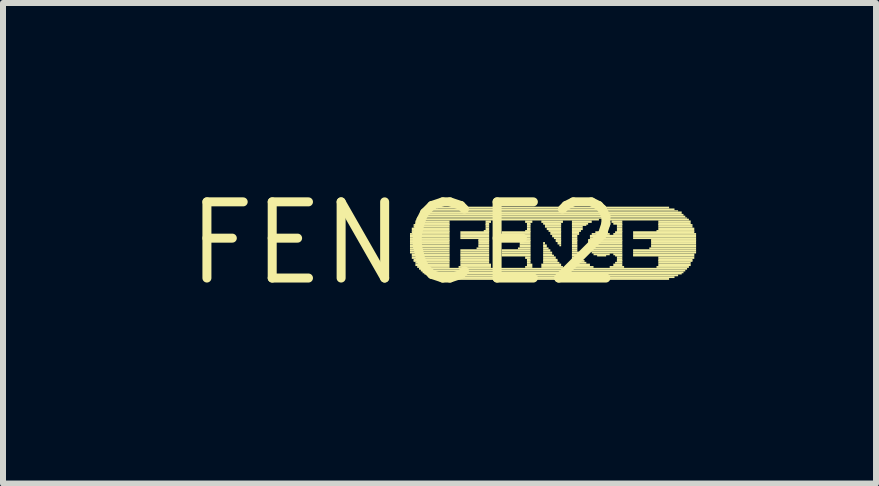
<source format=kicad_pcb>
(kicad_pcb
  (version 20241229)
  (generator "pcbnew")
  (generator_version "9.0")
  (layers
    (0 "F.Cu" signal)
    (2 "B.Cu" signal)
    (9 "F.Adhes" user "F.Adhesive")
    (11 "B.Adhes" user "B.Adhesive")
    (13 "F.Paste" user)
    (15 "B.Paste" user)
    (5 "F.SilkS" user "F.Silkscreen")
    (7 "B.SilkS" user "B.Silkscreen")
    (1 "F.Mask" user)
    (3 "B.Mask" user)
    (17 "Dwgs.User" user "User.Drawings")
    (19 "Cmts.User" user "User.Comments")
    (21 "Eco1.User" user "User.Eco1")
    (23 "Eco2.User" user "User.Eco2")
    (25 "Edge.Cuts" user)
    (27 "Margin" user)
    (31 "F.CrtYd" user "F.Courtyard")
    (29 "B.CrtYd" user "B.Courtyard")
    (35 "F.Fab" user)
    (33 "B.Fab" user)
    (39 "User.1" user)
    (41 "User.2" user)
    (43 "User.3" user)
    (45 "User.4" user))
  (footprint "FENCE2"
    (layer "F.Cu")
    (at 3.696 1.006)
    (property "Reference" "FENCE2" (at 0 0 0) (layer "F.SilkS") (effects (font (size 1.27 1.27) (thickness 0.15))))
    (attr through_hole)
    (fp_poly (pts (xy 0.09 -0.14) (xy 0.75 -0.14) (xy 0.75 -0.17) (xy 0.09 -0.17)) (stroke (width 0) (type solid)) (fill yes) (layer "F.SilkS"))
    (fp_poly (pts (xy 0.09 -0.1) (xy 0.75 -0.1) (xy 0.75 -0.14) (xy 0.09 -0.14)) (stroke (width 0) (type solid)) (fill yes) (layer "F.SilkS"))
    (fp_poly (pts (xy 0.09 -0.07) (xy 0.75 -0.07) (xy 0.75 -0.1) (xy 0.09 -0.1)) (stroke (width 0) (type solid)) (fill yes) (layer "F.SilkS"))
    (fp_poly (pts (xy 0.09 -0.04) (xy 0.75 -0.04) (xy 0.75 -0.07) (xy 0.09 -0.07)) (stroke (width 0) (type solid)) (fill yes) (layer "F.SilkS"))
    (fp_poly (pts (xy 0.09 -0.02) (xy 0.75 -0.02) (xy 0.75 -0.05) (xy 0.09 -0.05)) (stroke (width 0) (type solid)) (fill yes) (layer "F.SilkS"))
    (fp_poly (pts (xy 0.09 0.02) (xy 0.75 0.02) (xy 0.75 -0.02) (xy 0.09 -0.02)) (stroke (width 0) (type solid)) (fill yes) (layer "F.SilkS"))
    (fp_poly (pts (xy 0.09 0.05) (xy 0.75 0.05) (xy 0.75 0.02) (xy 0.09 0.02)) (stroke (width 0) (type solid)) (fill yes) (layer "F.SilkS"))
    (fp_poly (pts (xy 0.09 0.07) (xy 0.75 0.07) (xy 0.75 0.04) (xy 0.09 0.04)) (stroke (width 0) (type solid)) (fill yes) (layer "F.SilkS"))
    (fp_poly (pts (xy 0.09 0.1) (xy 0.75 0.1) (xy 0.75 0.07) (xy 0.09 0.07)) (stroke (width 0) (type solid)) (fill yes) (layer "F.SilkS"))
    (fp_poly (pts (xy 0.09 0.14) (xy 0.75 0.14) (xy 0.75 0.1) (xy 0.09 0.1)) (stroke (width 0) (type solid)) (fill yes) (layer "F.SilkS"))
    (fp_poly (pts (xy 0.09 0.17) (xy 0.75 0.17) (xy 0.75 0.14) (xy 0.09 0.14)) (stroke (width 0) (type solid)) (fill yes) (layer "F.SilkS"))
    (fp_poly (pts (xy 0.12 -0.22) (xy 0.75 -0.22) (xy 0.75 -0.26) (xy 0.12 -0.26)) (stroke (width 0) (type solid)) (fill yes) (layer "F.SilkS"))
    (fp_poly (pts (xy 0.12 -0.19) (xy 0.75 -0.19) (xy 0.75 -0.22) (xy 0.12 -0.22)) (stroke (width 0) (type solid)) (fill yes) (layer "F.SilkS"))
    (fp_poly (pts (xy 0.12 -0.17) (xy 0.75 -0.17) (xy 0.75 -0.2) (xy 0.12 -0.2)) (stroke (width 0) (type solid)) (fill yes) (layer "F.SilkS"))
    (fp_poly (pts (xy 0.12 0.2) (xy 0.75 0.2) (xy 0.75 0.17) (xy 0.12 0.17)) (stroke (width 0) (type solid)) (fill yes) (layer "F.SilkS"))
    (fp_poly (pts (xy 0.12 0.22) (xy 0.75 0.22) (xy 0.75 0.19) (xy 0.12 0.19)) (stroke (width 0) (type solid)) (fill yes) (layer "F.SilkS"))
    (fp_poly (pts (xy 0.12 0.26) (xy 0.75 0.26) (xy 0.75 0.22) (xy 0.12 0.22)) (stroke (width 0) (type solid)) (fill yes) (layer "F.SilkS"))
    (fp_poly (pts (xy 0.15 -0.29) (xy 0.75 -0.29) (xy 0.75 -0.32) (xy 0.15 -0.32)) (stroke (width 0) (type solid)) (fill yes) (layer "F.SilkS"))
    (fp_poly (pts (xy 0.15 -0.26) (xy 0.75 -0.26) (xy 0.75 -0.29) (xy 0.15 -0.29)) (stroke (width 0) (type solid)) (fill yes) (layer "F.SilkS"))
    (fp_poly (pts (xy 0.15 0.29) (xy 0.75 0.29) (xy 0.75 0.26) (xy 0.15 0.26)) (stroke (width 0) (type solid)) (fill yes) (layer "F.SilkS"))
    (fp_poly (pts (xy 0.15 0.31) (xy 0.75 0.31) (xy 0.75 0.28) (xy 0.15 0.28)) (stroke (width 0) (type solid)) (fill yes) (layer "F.SilkS"))
    (fp_poly (pts (xy 0.18 -0.34) (xy 0.75 -0.34) (xy 0.75 -0.38) (xy 0.18 -0.38)) (stroke (width 0) (type solid)) (fill yes) (layer "F.SilkS"))
    (fp_poly (pts (xy 0.18 -0.31) (xy 0.75 -0.31) (xy 0.75 -0.34) (xy 0.18 -0.34)) (stroke (width 0) (type solid)) (fill yes) (layer "F.SilkS"))
    (fp_poly (pts (xy 0.18 0.34) (xy 0.75 0.34) (xy 0.75 0.31) (xy 0.18 0.31)) (stroke (width 0) (type solid)) (fill yes) (layer "F.SilkS"))
    (fp_poly (pts (xy 0.18 0.38) (xy 0.75 0.38) (xy 0.75 0.34) (xy 0.18 0.34)) (stroke (width 0) (type solid)) (fill yes) (layer "F.SilkS"))
    (fp_poly (pts (xy 0.21 -0.38) (xy 3.24 -0.38) (xy 3.24 -0.41) (xy 0.21 -0.41)) (stroke (width 0) (type solid)) (fill yes) (layer "F.SilkS"))
    (fp_poly (pts (xy 0.21 0.41) (xy 0.75 0.41) (xy 0.75 0.38) (xy 0.21 0.38)) (stroke (width 0) (type solid)) (fill yes) (layer "F.SilkS"))
    (fp_poly (pts (xy 0.24 -0.41) (xy 4.71 -0.41) (xy 4.71 -0.43) (xy 0.24 -0.43)) (stroke (width 0) (type solid)) (fill yes) (layer "F.SilkS"))
    (fp_poly (pts (xy 0.24 0.44) (xy 4.71 0.44) (xy 4.71 0.41) (xy 0.24 0.41)) (stroke (width 0) (type solid)) (fill yes) (layer "F.SilkS"))
    (fp_poly (pts (xy 0.27 -0.43) (xy 4.68 -0.43) (xy 4.68 -0.46) (xy 0.27 -0.46)) (stroke (width 0) (type solid)) (fill yes) (layer "F.SilkS"))
    (fp_poly (pts (xy 0.27 0.47) (xy 4.68 0.47) (xy 4.68 0.44) (xy 0.27 0.44)) (stroke (width 0) (type solid)) (fill yes) (layer "F.SilkS"))
    (fp_poly (pts (xy 0.3 -0.46) (xy 4.65 -0.46) (xy 4.65 -0.49) (xy 0.3 -0.49)) (stroke (width 0) (type solid)) (fill yes) (layer "F.SilkS"))
    (fp_poly (pts (xy 0.3 0.5) (xy 4.65 0.5) (xy 4.65 0.47) (xy 0.3 0.47)) (stroke (width 0) (type solid)) (fill yes) (layer "F.SilkS"))
    (fp_poly (pts (xy 0.33 -0.49) (xy 4.62 -0.49) (xy 4.62 -0.53) (xy 0.33 -0.53)) (stroke (width 0) (type solid)) (fill yes) (layer "F.SilkS"))
    (fp_poly (pts (xy 0.33 0.52) (xy 4.62 0.52) (xy 4.62 0.49) (xy 0.33 0.49)) (stroke (width 0) (type solid)) (fill yes) (layer "F.SilkS"))
    (fp_poly (pts (xy 0.39 -0.53) (xy 4.56 -0.53) (xy 4.56 -0.55) (xy 0.39 -0.55)) (stroke (width 0) (type solid)) (fill yes) (layer "F.SilkS"))
    (fp_poly (pts (xy 0.39 0.55) (xy 4.56 0.55) (xy 4.56 0.52) (xy 0.39 0.52)) (stroke (width 0) (type solid)) (fill yes) (layer "F.SilkS"))
    (fp_poly (pts (xy 0.45 -0.55) (xy 4.5 -0.55) (xy 4.5 -0.58) (xy 0.45 -0.58)) (stroke (width 0) (type solid)) (fill yes) (layer "F.SilkS"))
    (fp_poly (pts (xy 0.45 0.58) (xy 4.5 0.58) (xy 4.5 0.55) (xy 0.45 0.55)) (stroke (width 0) (type solid)) (fill yes) (layer "F.SilkS"))
    (fp_poly (pts (xy 0.54 -0.58) (xy 4.41 -0.58) (xy 4.41 -0.61) (xy 0.54 -0.61)) (stroke (width 0) (type solid)) (fill yes) (layer "F.SilkS"))
    (fp_poly (pts (xy 0.54 0.61) (xy 4.41 0.61) (xy 4.41 0.58) (xy 0.54 0.58)) (stroke (width 0) (type solid)) (fill yes) (layer "F.SilkS"))
    (fp_poly (pts (xy 0.9 0.41) (xy 1.44 0.41) (xy 1.44 0.38) (xy 0.9 0.38)) (stroke (width 0) (type solid)) (fill yes) (layer "F.SilkS"))
    (fp_poly (pts (xy 0.93 -0.17) (xy 1.41 -0.17) (xy 1.41 -0.2) (xy 0.93 -0.2)) (stroke (width 0) (type solid)) (fill yes) (layer "F.SilkS"))
    (fp_poly (pts (xy 0.93 -0.14) (xy 1.41 -0.14) (xy 1.41 -0.17) (xy 0.93 -0.17)) (stroke (width 0) (type solid)) (fill yes) (layer "F.SilkS"))
    (fp_poly (pts (xy 0.93 -0.1) (xy 1.41 -0.1) (xy 1.41 -0.14) (xy 0.93 -0.14)) (stroke (width 0) (type solid)) (fill yes) (layer "F.SilkS"))
    (fp_poly (pts (xy 0.93 -0.07) (xy 1.41 -0.07) (xy 1.41 -0.1) (xy 0.93 -0.1)) (stroke (width 0) (type solid)) (fill yes) (layer "F.SilkS"))
    (fp_poly (pts (xy 0.93 0.14) (xy 1.41 0.14) (xy 1.41 0.1) (xy 0.93 0.1)) (stroke (width 0) (type solid)) (fill yes) (layer "F.SilkS"))
    (fp_poly (pts (xy 0.93 0.17) (xy 1.41 0.17) (xy 1.41 0.14) (xy 0.93 0.14)) (stroke (width 0) (type solid)) (fill yes) (layer "F.SilkS"))
    (fp_poly (pts (xy 0.93 0.2) (xy 1.41 0.2) (xy 1.41 0.17) (xy 0.93 0.17)) (stroke (width 0) (type solid)) (fill yes) (layer "F.SilkS"))
    (fp_poly (pts (xy 0.93 0.22) (xy 1.41 0.22) (xy 1.41 0.19) (xy 0.93 0.19)) (stroke (width 0) (type solid)) (fill yes) (layer "F.SilkS"))
    (fp_poly (pts (xy 0.93 0.26) (xy 1.41 0.26) (xy 1.41 0.22) (xy 0.93 0.22)) (stroke (width 0) (type solid)) (fill yes) (layer "F.SilkS"))
    (fp_poly (pts (xy 0.93 0.29) (xy 1.41 0.29) (xy 1.41 0.26) (xy 0.93 0.26)) (stroke (width 0) (type solid)) (fill yes) (layer "F.SilkS"))
    (fp_poly (pts (xy 0.93 0.31) (xy 1.41 0.31) (xy 1.41 0.28) (xy 0.93 0.28)) (stroke (width 0) (type solid)) (fill yes) (layer "F.SilkS"))
    (fp_poly (pts (xy 0.93 0.34) (xy 1.41 0.34) (xy 1.41 0.31) (xy 0.93 0.31)) (stroke (width 0) (type solid)) (fill yes) (layer "F.SilkS"))
    (fp_poly (pts (xy 0.93 0.38) (xy 1.44 0.38) (xy 1.44 0.34) (xy 0.93 0.34)) (stroke (width 0) (type solid)) (fill yes) (layer "F.SilkS"))
    (fp_poly (pts (xy 1.2 0.1) (xy 1.41 0.1) (xy 1.41 0.07) (xy 1.2 0.07)) (stroke (width 0) (type solid)) (fill yes) (layer "F.SilkS"))
    (fp_poly (pts (xy 1.23 -0.04) (xy 1.41 -0.04) (xy 1.41 -0.07) (xy 1.23 -0.07)) (stroke (width 0) (type solid)) (fill yes) (layer "F.SilkS"))
    (fp_poly (pts (xy 1.23 -0.02) (xy 1.41 -0.02) (xy 1.41 -0.05) (xy 1.23 -0.05)) (stroke (width 0) (type solid)) (fill yes) (layer "F.SilkS"))
    (fp_poly (pts (xy 1.23 0.02) (xy 1.41 0.02) (xy 1.41 -0.02) (xy 1.23 -0.02)) (stroke (width 0) (type solid)) (fill yes) (layer "F.SilkS"))
    (fp_poly (pts (xy 1.23 0.05) (xy 1.41 0.05) (xy 1.41 0.02) (xy 1.23 0.02)) (stroke (width 0) (type solid)) (fill yes) (layer "F.SilkS"))
    (fp_poly (pts (xy 1.23 0.07) (xy 1.41 0.07) (xy 1.41 0.04) (xy 1.23 0.04)) (stroke (width 0) (type solid)) (fill yes) (layer "F.SilkS"))
    (fp_poly (pts (xy 1.32 -0.19) (xy 1.41 -0.19) (xy 1.41 -0.22) (xy 1.32 -0.22)) (stroke (width 0) (type solid)) (fill yes) (layer "F.SilkS"))
    (fp_poly (pts (xy 1.35 -0.34) (xy 1.44 -0.34) (xy 1.44 -0.38) (xy 1.35 -0.38)) (stroke (width 0) (type solid)) (fill yes) (layer "F.SilkS"))
    (fp_poly (pts (xy 1.35 -0.31) (xy 1.41 -0.31) (xy 1.41 -0.34) (xy 1.35 -0.34)) (stroke (width 0) (type solid)) (fill yes) (layer "F.SilkS"))
    (fp_poly (pts (xy 1.35 -0.29) (xy 1.41 -0.29) (xy 1.41 -0.32) (xy 1.35 -0.32)) (stroke (width 0) (type solid)) (fill yes) (layer "F.SilkS"))
    (fp_poly (pts (xy 1.35 -0.26) (xy 1.41 -0.26) (xy 1.41 -0.29) (xy 1.35 -0.29)) (stroke (width 0) (type solid)) (fill yes) (layer "F.SilkS"))
    (fp_poly (pts (xy 1.35 -0.22) (xy 1.41 -0.22) (xy 1.41 -0.26) (xy 1.35 -0.26)) (stroke (width 0) (type solid)) (fill yes) (layer "F.SilkS"))
    (fp_poly (pts (xy 1.62 -0.17) (xy 2.1 -0.17) (xy 2.1 -0.2) (xy 1.62 -0.2)) (stroke (width 0) (type solid)) (fill yes) (layer "F.SilkS"))
    (fp_poly (pts (xy 1.62 -0.14) (xy 2.1 -0.14) (xy 2.1 -0.17) (xy 1.62 -0.17)) (stroke (width 0) (type solid)) (fill yes) (layer "F.SilkS"))
    (fp_poly (pts (xy 1.62 -0.1) (xy 2.1 -0.1) (xy 2.1 -0.14) (xy 1.62 -0.14)) (stroke (width 0) (type solid)) (fill yes) (layer "F.SilkS"))
    (fp_poly (pts (xy 1.62 -0.07) (xy 2.1 -0.07) (xy 2.1 -0.1) (xy 1.62 -0.1)) (stroke (width 0) (type solid)) (fill yes) (layer "F.SilkS"))
    (fp_poly (pts (xy 1.62 0.14) (xy 2.1 0.14) (xy 2.1 0.1) (xy 1.62 0.1)) (stroke (width 0) (type solid)) (fill yes) (layer "F.SilkS"))
    (fp_poly (pts (xy 1.62 0.17) (xy 2.1 0.17) (xy 2.1 0.14) (xy 1.62 0.14)) (stroke (width 0) (type solid)) (fill yes) (layer "F.SilkS"))
    (fp_poly (pts (xy 1.62 0.2) (xy 2.1 0.2) (xy 2.1 0.17) (xy 1.62 0.17)) (stroke (width 0) (type solid)) (fill yes) (layer "F.SilkS"))
    (fp_poly (pts (xy 1.62 0.22) (xy 2.1 0.22) (xy 2.1 0.19) (xy 1.62 0.19)) (stroke (width 0) (type solid)) (fill yes) (layer "F.SilkS"))
    (fp_poly (pts (xy 1.89 -0.04) (xy 2.1 -0.04) (xy 2.1 -0.07) (xy 1.89 -0.07)) (stroke (width 0) (type solid)) (fill yes) (layer "F.SilkS"))
    (fp_poly (pts (xy 1.89 0.1) (xy 2.1 0.1) (xy 2.1 0.07) (xy 1.89 0.07)) (stroke (width 0) (type solid)) (fill yes) (layer "F.SilkS"))
    (fp_poly (pts (xy 1.92 -0.02) (xy 2.1 -0.02) (xy 2.1 -0.05) (xy 1.92 -0.05)) (stroke (width 0) (type solid)) (fill yes) (layer "F.SilkS"))
    (fp_poly (pts (xy 1.92 0.02) (xy 2.1 0.02) (xy 2.1 -0.02) (xy 1.92 -0.02)) (stroke (width 0) (type solid)) (fill yes) (layer "F.SilkS"))
    (fp_poly (pts (xy 1.92 0.05) (xy 2.1 0.05) (xy 2.1 0.02) (xy 1.92 0.02)) (stroke (width 0) (type solid)) (fill yes) (layer "F.SilkS"))
    (fp_poly (pts (xy 1.92 0.07) (xy 2.1 0.07) (xy 2.1 0.04) (xy 1.92 0.04)) (stroke (width 0) (type solid)) (fill yes) (layer "F.SilkS"))
    (fp_poly (pts (xy 2.01 -0.34) (xy 2.13 -0.34) (xy 2.13 -0.38) (xy 2.01 -0.38)) (stroke (width 0) (type solid)) (fill yes) (layer "F.SilkS"))
    (fp_poly (pts (xy 2.01 -0.19) (xy 2.1 -0.19) (xy 2.1 -0.22) (xy 2.01 -0.22)) (stroke (width 0) (type solid)) (fill yes) (layer "F.SilkS"))
    (fp_poly (pts (xy 2.01 0.26) (xy 2.1 0.26) (xy 2.1 0.22) (xy 2.01 0.22)) (stroke (width 0) (type solid)) (fill yes) (layer "F.SilkS"))
    (fp_poly (pts (xy 2.01 0.41) (xy 2.13 0.41) (xy 2.13 0.38) (xy 2.01 0.38)) (stroke (width 0) (type solid)) (fill yes) (layer "F.SilkS"))
    (fp_poly (pts (xy 2.04 -0.31) (xy 2.1 -0.31) (xy 2.1 -0.34) (xy 2.04 -0.34)) (stroke (width 0) (type solid)) (fill yes) (layer "F.SilkS"))
    (fp_poly (pts (xy 2.04 -0.29) (xy 2.1 -0.29) (xy 2.1 -0.32) (xy 2.04 -0.32)) (stroke (width 0) (type solid)) (fill yes) (layer "F.SilkS"))
    (fp_poly (pts (xy 2.04 -0.26) (xy 2.1 -0.26) (xy 2.1 -0.29) (xy 2.04 -0.29)) (stroke (width 0) (type solid)) (fill yes) (layer "F.SilkS"))
    (fp_poly (pts (xy 2.04 -0.22) (xy 2.1 -0.22) (xy 2.1 -0.26) (xy 2.04 -0.26)) (stroke (width 0) (type solid)) (fill yes) (layer "F.SilkS"))
    (fp_poly (pts (xy 2.04 0.29) (xy 2.1 0.29) (xy 2.1 0.26) (xy 2.04 0.26)) (stroke (width 0) (type solid)) (fill yes) (layer "F.SilkS"))
    (fp_poly (pts (xy 2.04 0.31) (xy 2.1 0.31) (xy 2.1 0.28) (xy 2.04 0.28)) (stroke (width 0) (type solid)) (fill yes) (layer "F.SilkS"))
    (fp_poly (pts (xy 2.04 0.34) (xy 2.1 0.34) (xy 2.1 0.31) (xy 2.04 0.31)) (stroke (width 0) (type solid)) (fill yes) (layer "F.SilkS"))
    (fp_poly (pts (xy 2.04 0.38) (xy 2.13 0.38) (xy 2.13 0.34) (xy 2.04 0.34)) (stroke (width 0) (type solid)) (fill yes) (layer "F.SilkS"))
    (fp_poly (pts (xy 2.28 -0.34) (xy 2.64 -0.34) (xy 2.64 -0.38) (xy 2.28 -0.38)) (stroke (width 0) (type solid)) (fill yes) (layer "F.SilkS"))
    (fp_poly (pts (xy 2.28 0.38) (xy 2.61 0.38) (xy 2.61 0.34) (xy 2.28 0.34)) (stroke (width 0) (type solid)) (fill yes) (layer "F.SilkS"))
    (fp_poly (pts (xy 2.28 0.41) (xy 2.64 0.41) (xy 2.64 0.38) (xy 2.28 0.38)) (stroke (width 0) (type solid)) (fill yes) (layer "F.SilkS"))
    (fp_poly (pts (xy 2.31 -0.31) (xy 2.61 -0.31) (xy 2.61 -0.34) (xy 2.31 -0.34)) (stroke (width 0) (type solid)) (fill yes) (layer "F.SilkS"))
    (fp_poly (pts (xy 2.31 0.02) (xy 2.34 0.02) (xy 2.34 -0.02) (xy 2.31 -0.02)) (stroke (width 0) (type solid)) (fill yes) (layer "F.SilkS"))
    (fp_poly (pts (xy 2.31 0.05) (xy 2.37 0.05) (xy 2.37 0.02) (xy 2.31 0.02)) (stroke (width 0) (type solid)) (fill yes) (layer "F.SilkS"))
    (fp_poly (pts (xy 2.31 0.07) (xy 2.37 0.07) (xy 2.37 0.04) (xy 2.31 0.04)) (stroke (width 0) (type solid)) (fill yes) (layer "F.SilkS"))
    (fp_poly (pts (xy 2.31 0.1) (xy 2.4 0.1) (xy 2.4 0.07) (xy 2.31 0.07)) (stroke (width 0) (type solid)) (fill yes) (layer "F.SilkS"))
    (fp_poly (pts (xy 2.31 0.14) (xy 2.43 0.14) (xy 2.43 0.1) (xy 2.31 0.1)) (stroke (width 0) (type solid)) (fill yes) (layer "F.SilkS"))
    (fp_poly (pts (xy 2.31 0.17) (xy 2.46 0.17) (xy 2.46 0.14) (xy 2.31 0.14)) (stroke (width 0) (type solid)) (fill yes) (layer "F.SilkS"))
    (fp_poly (pts (xy 2.31 0.2) (xy 2.46 0.2) (xy 2.46 0.17) (xy 2.31 0.17)) (stroke (width 0) (type solid)) (fill yes) (layer "F.SilkS"))
    (fp_poly (pts (xy 2.31 0.22) (xy 2.49 0.22) (xy 2.49 0.19) (xy 2.31 0.19)) (stroke (width 0) (type solid)) (fill yes) (layer "F.SilkS"))
    (fp_poly (pts (xy 2.31 0.26) (xy 2.52 0.26) (xy 2.52 0.22) (xy 2.31 0.22)) (stroke (width 0) (type solid)) (fill yes) (layer "F.SilkS"))
    (fp_poly (pts (xy 2.31 0.29) (xy 2.55 0.29) (xy 2.55 0.26) (xy 2.31 0.26)) (stroke (width 0) (type solid)) (fill yes) (layer "F.SilkS"))
    (fp_poly (pts (xy 2.31 0.31) (xy 2.55 0.31) (xy 2.55 0.28) (xy 2.31 0.28)) (stroke (width 0) (type solid)) (fill yes) (layer "F.SilkS"))
    (fp_poly (pts (xy 2.31 0.34) (xy 2.58 0.34) (xy 2.58 0.31) (xy 2.31 0.31)) (stroke (width 0) (type solid)) (fill yes) (layer "F.SilkS"))
    (fp_poly (pts (xy 2.34 -0.29) (xy 2.61 -0.29) (xy 2.61 -0.32) (xy 2.34 -0.32)) (stroke (width 0) (type solid)) (fill yes) (layer "F.SilkS"))
    (fp_poly (pts (xy 2.34 -0.26) (xy 2.61 -0.26) (xy 2.61 -0.29) (xy 2.34 -0.29)) (stroke (width 0) (type solid)) (fill yes) (layer "F.SilkS"))
    (fp_poly (pts (xy 2.37 -0.22) (xy 2.61 -0.22) (xy 2.61 -0.26) (xy 2.37 -0.26)) (stroke (width 0) (type solid)) (fill yes) (layer "F.SilkS"))
    (fp_poly (pts (xy 2.4 -0.19) (xy 2.61 -0.19) (xy 2.61 -0.22) (xy 2.4 -0.22)) (stroke (width 0) (type solid)) (fill yes) (layer "F.SilkS"))
    (fp_poly (pts (xy 2.43 -0.17) (xy 2.61 -0.17) (xy 2.61 -0.2) (xy 2.43 -0.2)) (stroke (width 0) (type solid)) (fill yes) (layer "F.SilkS"))
    (fp_poly (pts (xy 2.43 -0.14) (xy 2.61 -0.14) (xy 2.61 -0.17) (xy 2.43 -0.17)) (stroke (width 0) (type solid)) (fill yes) (layer "F.SilkS"))
    (fp_poly (pts (xy 2.46 -0.1) (xy 2.61 -0.1) (xy 2.61 -0.14) (xy 2.46 -0.14)) (stroke (width 0) (type solid)) (fill yes) (layer "F.SilkS"))
    (fp_poly (pts (xy 2.49 -0.07) (xy 2.61 -0.07) (xy 2.61 -0.1) (xy 2.49 -0.1)) (stroke (width 0) (type solid)) (fill yes) (layer "F.SilkS"))
    (fp_poly (pts (xy 2.52 -0.04) (xy 2.61 -0.04) (xy 2.61 -0.07) (xy 2.52 -0.07)) (stroke (width 0) (type solid)) (fill yes) (layer "F.SilkS"))
    (fp_poly (pts (xy 2.52 -0.02) (xy 2.61 -0.02) (xy 2.61 -0.05) (xy 2.52 -0.05)) (stroke (width 0) (type solid)) (fill yes) (layer "F.SilkS"))
    (fp_poly (pts (xy 2.55 0.02) (xy 2.61 0.02) (xy 2.61 -0.02) (xy 2.55 -0.02)) (stroke (width 0) (type solid)) (fill yes) (layer "F.SilkS"))
    (fp_poly (pts (xy 2.58 0.05) (xy 2.61 0.05) (xy 2.61 0.02) (xy 2.58 0.02)) (stroke (width 0) (type solid)) (fill yes) (layer "F.SilkS"))
    (fp_poly (pts (xy 2.76 0.41) (xy 3.15 0.41) (xy 3.15 0.38) (xy 2.76 0.38)) (stroke (width 0) (type solid)) (fill yes) (layer "F.SilkS"))
    (fp_poly (pts (xy 2.79 -0.34) (xy 3.12 -0.34) (xy 3.12 -0.38) (xy 2.79 -0.38)) (stroke (width 0) (type solid)) (fill yes) (layer "F.SilkS"))
    (fp_poly (pts (xy 2.79 -0.31) (xy 3.06 -0.31) (xy 3.06 -0.34) (xy 2.79 -0.34)) (stroke (width 0) (type solid)) (fill yes) (layer "F.SilkS"))
    (fp_poly (pts (xy 2.79 -0.29) (xy 3.03 -0.29) (xy 3.03 -0.32) (xy 2.79 -0.32)) (stroke (width 0) (type solid)) (fill yes) (layer "F.SilkS"))
    (fp_poly (pts (xy 2.79 -0.26) (xy 2.97 -0.26) (xy 2.97 -0.29) (xy 2.79 -0.29)) (stroke (width 0) (type solid)) (fill yes) (layer "F.SilkS"))
    (fp_poly (pts (xy 2.79 -0.22) (xy 2.97 -0.22) (xy 2.97 -0.26) (xy 2.79 -0.26)) (stroke (width 0) (type solid)) (fill yes) (layer "F.SilkS"))
    (fp_poly (pts (xy 2.79 -0.19) (xy 2.94 -0.19) (xy 2.94 -0.22) (xy 2.79 -0.22)) (stroke (width 0) (type solid)) (fill yes) (layer "F.SilkS"))
    (fp_poly (pts (xy 2.79 -0.17) (xy 2.91 -0.17) (xy 2.91 -0.2) (xy 2.79 -0.2)) (stroke (width 0) (type solid)) (fill yes) (layer "F.SilkS"))
    (fp_poly (pts (xy 2.79 -0.14) (xy 2.91 -0.14) (xy 2.91 -0.17) (xy 2.79 -0.17)) (stroke (width 0) (type solid)) (fill yes) (layer "F.SilkS"))
    (fp_poly (pts (xy 2.79 -0.1) (xy 2.88 -0.1) (xy 2.88 -0.14) (xy 2.79 -0.14)) (stroke (width 0) (type solid)) (fill yes) (layer "F.SilkS"))
    (fp_poly (pts (xy 2.79 -0.07) (xy 2.88 -0.07) (xy 2.88 -0.1) (xy 2.79 -0.1)) (stroke (width 0) (type solid)) (fill yes) (layer "F.SilkS"))
    (fp_poly (pts (xy 2.79 -0.04) (xy 2.88 -0.04) (xy 2.88 -0.07) (xy 2.79 -0.07)) (stroke (width 0) (type solid)) (fill yes) (layer "F.SilkS"))
    (fp_poly (pts (xy 2.79 -0.02) (xy 2.88 -0.02) (xy 2.88 -0.05) (xy 2.79 -0.05)) (stroke (width 0) (type solid)) (fill yes) (layer "F.SilkS"))
    (fp_poly (pts (xy 2.79 0.02) (xy 2.88 0.02) (xy 2.88 -0.02) (xy 2.79 -0.02)) (stroke (width 0) (type solid)) (fill yes) (layer "F.SilkS"))
    (fp_poly (pts (xy 2.79 0.05) (xy 2.88 0.05) (xy 2.88 0.02) (xy 2.79 0.02)) (stroke (width 0) (type solid)) (fill yes) (layer "F.SilkS"))
    (fp_poly (pts (xy 2.79 0.07) (xy 2.88 0.07) (xy 2.88 0.04) (xy 2.79 0.04)) (stroke (width 0) (type solid)) (fill yes) (layer "F.SilkS"))
    (fp_poly (pts (xy 2.79 0.1) (xy 2.88 0.1) (xy 2.88 0.07) (xy 2.79 0.07)) (stroke (width 0) (type solid)) (fill yes) (layer "F.SilkS"))
    (fp_poly (pts (xy 2.79 0.14) (xy 2.88 0.14) (xy 2.88 0.1) (xy 2.79 0.1)) (stroke (width 0) (type solid)) (fill yes) (layer "F.SilkS"))
    (fp_poly (pts (xy 2.79 0.17) (xy 2.91 0.17) (xy 2.91 0.14) (xy 2.79 0.14)) (stroke (width 0) (type solid)) (fill yes) (layer "F.SilkS"))
    (fp_poly (pts (xy 2.79 0.2) (xy 2.91 0.2) (xy 2.91 0.17) (xy 2.79 0.17)) (stroke (width 0) (type solid)) (fill yes) (layer "F.SilkS"))
    (fp_poly (pts (xy 2.79 0.22) (xy 2.94 0.22) (xy 2.94 0.19) (xy 2.79 0.19)) (stroke (width 0) (type solid)) (fill yes) (layer "F.SilkS"))
    (fp_poly (pts (xy 2.79 0.26) (xy 2.94 0.26) (xy 2.94 0.22) (xy 2.79 0.22)) (stroke (width 0) (type solid)) (fill yes) (layer "F.SilkS"))
    (fp_poly (pts (xy 2.79 0.29) (xy 2.97 0.29) (xy 2.97 0.26) (xy 2.79 0.26)) (stroke (width 0) (type solid)) (fill yes) (layer "F.SilkS"))
    (fp_poly (pts (xy 2.79 0.31) (xy 3 0.31) (xy 3 0.28) (xy 2.79 0.28)) (stroke (width 0) (type solid)) (fill yes) (layer "F.SilkS"))
    (fp_poly (pts (xy 2.79 0.34) (xy 3.03 0.34) (xy 3.03 0.31) (xy 2.79 0.31)) (stroke (width 0) (type solid)) (fill yes) (layer "F.SilkS"))
    (fp_poly (pts (xy 2.79 0.38) (xy 3.09 0.38) (xy 3.09 0.34) (xy 2.79 0.34)) (stroke (width 0) (type solid)) (fill yes) (layer "F.SilkS"))
    (fp_poly (pts (xy 3.06 -0.04) (xy 3.63 -0.04) (xy 3.63 -0.07) (xy 3.06 -0.07)) (stroke (width 0) (type solid)) (fill yes) (layer "F.SilkS"))
    (fp_poly (pts (xy 3.06 -0.02) (xy 3.63 -0.02) (xy 3.63 -0.05) (xy 3.06 -0.05)) (stroke (width 0) (type solid)) (fill yes) (layer "F.SilkS"))
    (fp_poly (pts (xy 3.06 0.02) (xy 3.63 0.02) (xy 3.63 -0.02) (xy 3.06 -0.02)) (stroke (width 0) (type solid)) (fill yes) (layer "F.SilkS"))
    (fp_poly (pts (xy 3.06 0.05) (xy 3.63 0.05) (xy 3.63 0.02) (xy 3.06 0.02)) (stroke (width 0) (type solid)) (fill yes) (layer "F.SilkS"))
    (fp_poly (pts (xy 3.06 0.07) (xy 3.63 0.07) (xy 3.63 0.04) (xy 3.06 0.04)) (stroke (width 0) (type solid)) (fill yes) (layer "F.SilkS"))
    (fp_poly (pts (xy 3.06 0.1) (xy 3.63 0.1) (xy 3.63 0.07) (xy 3.06 0.07)) (stroke (width 0) (type solid)) (fill yes) (layer "F.SilkS"))
    (fp_poly (pts (xy 3.09 -0.1) (xy 3.63 -0.1) (xy 3.63 -0.14) (xy 3.09 -0.14)) (stroke (width 0) (type solid)) (fill yes) (layer "F.SilkS"))
    (fp_poly (pts (xy 3.09 -0.07) (xy 3.63 -0.07) (xy 3.63 -0.1) (xy 3.09 -0.1)) (stroke (width 0) (type solid)) (fill yes) (layer "F.SilkS"))
    (fp_poly (pts (xy 3.09 0.14) (xy 3.63 0.14) (xy 3.63 0.1) (xy 3.09 0.1)) (stroke (width 0) (type solid)) (fill yes) (layer "F.SilkS"))
    (fp_poly (pts (xy 3.12 -0.14) (xy 3.42 -0.14) (xy 3.42 -0.17) (xy 3.12 -0.17)) (stroke (width 0) (type solid)) (fill yes) (layer "F.SilkS"))
    (fp_poly (pts (xy 3.12 0.17) (xy 3.63 0.17) (xy 3.63 0.14) (xy 3.12 0.14)) (stroke (width 0) (type solid)) (fill yes) (layer "F.SilkS"))
    (fp_poly (pts (xy 3.15 0.2) (xy 3.42 0.2) (xy 3.42 0.17) (xy 3.15 0.17)) (stroke (width 0) (type solid)) (fill yes) (layer "F.SilkS"))
    (fp_poly (pts (xy 3.18 -0.17) (xy 3.39 -0.17) (xy 3.39 -0.2) (xy 3.18 -0.2)) (stroke (width 0) (type solid)) (fill yes) (layer "F.SilkS"))
    (fp_poly (pts (xy 3.21 0.22) (xy 3.36 0.22) (xy 3.36 0.19) (xy 3.21 0.19)) (stroke (width 0) (type solid)) (fill yes) (layer "F.SilkS"))
    (fp_poly (pts (xy 3.33 -0.38) (xy 4.74 -0.38) (xy 4.74 -0.41) (xy 3.33 -0.41)) (stroke (width 0) (type solid)) (fill yes) (layer "F.SilkS"))
    (fp_poly (pts (xy 3.42 0.41) (xy 3.66 0.41) (xy 3.66 0.38) (xy 3.42 0.38)) (stroke (width 0) (type solid)) (fill yes) (layer "F.SilkS"))
    (fp_poly (pts (xy 3.45 -0.34) (xy 3.63 -0.34) (xy 3.63 -0.38) (xy 3.45 -0.38)) (stroke (width 0) (type solid)) (fill yes) (layer "F.SilkS"))
    (fp_poly (pts (xy 3.48 -0.31) (xy 3.63 -0.31) (xy 3.63 -0.34) (xy 3.48 -0.34)) (stroke (width 0) (type solid)) (fill yes) (layer "F.SilkS"))
    (fp_poly (pts (xy 3.48 -0.14) (xy 3.63 -0.14) (xy 3.63 -0.17) (xy 3.48 -0.17)) (stroke (width 0) (type solid)) (fill yes) (layer "F.SilkS"))
    (fp_poly (pts (xy 3.48 0.2) (xy 3.63 0.2) (xy 3.63 0.17) (xy 3.48 0.17)) (stroke (width 0) (type solid)) (fill yes) (layer "F.SilkS"))
    (fp_poly (pts (xy 3.48 0.38) (xy 3.63 0.38) (xy 3.63 0.34) (xy 3.48 0.34)) (stroke (width 0) (type solid)) (fill yes) (layer "F.SilkS"))
    (fp_poly (pts (xy 3.51 -0.17) (xy 3.63 -0.17) (xy 3.63 -0.2) (xy 3.51 -0.2)) (stroke (width 0) (type solid)) (fill yes) (layer "F.SilkS"))
    (fp_poly (pts (xy 3.51 0.22) (xy 3.63 0.22) (xy 3.63 0.19) (xy 3.51 0.19)) (stroke (width 0) (type solid)) (fill yes) (layer "F.SilkS"))
    (fp_poly (pts (xy 3.51 0.34) (xy 3.63 0.34) (xy 3.63 0.31) (xy 3.51 0.31)) (stroke (width 0) (type solid)) (fill yes) (layer "F.SilkS"))
    (fp_poly (pts (xy 3.54 -0.29) (xy 3.63 -0.29) (xy 3.63 -0.32) (xy 3.54 -0.32)) (stroke (width 0) (type solid)) (fill yes) (layer "F.SilkS"))
    (fp_poly (pts (xy 3.54 -0.26) (xy 3.63 -0.26) (xy 3.63 -0.29) (xy 3.54 -0.29)) (stroke (width 0) (type solid)) (fill yes) (layer "F.SilkS"))
    (fp_poly (pts (xy 3.54 -0.22) (xy 3.63 -0.22) (xy 3.63 -0.26) (xy 3.54 -0.26)) (stroke (width 0) (type solid)) (fill yes) (layer "F.SilkS"))
    (fp_poly (pts (xy 3.54 -0.19) (xy 3.63 -0.19) (xy 3.63 -0.22) (xy 3.54 -0.22)) (stroke (width 0) (type solid)) (fill yes) (layer "F.SilkS"))
    (fp_poly (pts (xy 3.54 0.26) (xy 3.63 0.26) (xy 3.63 0.22) (xy 3.54 0.22)) (stroke (width 0) (type solid)) (fill yes) (layer "F.SilkS"))
    (fp_poly (pts (xy 3.54 0.29) (xy 3.63 0.29) (xy 3.63 0.26) (xy 3.54 0.26)) (stroke (width 0) (type solid)) (fill yes) (layer "F.SilkS"))
    (fp_poly (pts (xy 3.54 0.31) (xy 3.63 0.31) (xy 3.63 0.28) (xy 3.54 0.28)) (stroke (width 0) (type solid)) (fill yes) (layer "F.SilkS"))
    (fp_poly (pts (xy 3.81 -0.17) (xy 4.83 -0.17) (xy 4.83 -0.2) (xy 3.81 -0.2)) (stroke (width 0) (type solid)) (fill yes) (layer "F.SilkS"))
    (fp_poly (pts (xy 3.81 -0.14) (xy 4.86 -0.14) (xy 4.86 -0.17) (xy 3.81 -0.17)) (stroke (width 0) (type solid)) (fill yes) (layer "F.SilkS"))
    (fp_poly (pts (xy 3.81 -0.1) (xy 4.86 -0.1) (xy 4.86 -0.14) (xy 3.81 -0.14)) (stroke (width 0) (type solid)) (fill yes) (layer "F.SilkS"))
    (fp_poly (pts (xy 3.81 -0.07) (xy 4.86 -0.07) (xy 4.86 -0.1) (xy 3.81 -0.1)) (stroke (width 0) (type solid)) (fill yes) (layer "F.SilkS"))
    (fp_poly (pts (xy 3.81 0.14) (xy 4.86 0.14) (xy 4.86 0.1) (xy 3.81 0.1)) (stroke (width 0) (type solid)) (fill yes) (layer "F.SilkS"))
    (fp_poly (pts (xy 3.81 0.17) (xy 4.86 0.17) (xy 4.86 0.14) (xy 3.81 0.14)) (stroke (width 0) (type solid)) (fill yes) (layer "F.SilkS"))
    (fp_poly (pts (xy 3.81 0.2) (xy 4.83 0.2) (xy 4.83 0.17) (xy 3.81 0.17)) (stroke (width 0) (type solid)) (fill yes) (layer "F.SilkS"))
    (fp_poly (pts (xy 3.81 0.22) (xy 4.83 0.22) (xy 4.83 0.19) (xy 3.81 0.19)) (stroke (width 0) (type solid)) (fill yes) (layer "F.SilkS"))
    (fp_poly (pts (xy 4.08 0.1) (xy 4.86 0.1) (xy 4.86 0.07) (xy 4.08 0.07)) (stroke (width 0) (type solid)) (fill yes) (layer "F.SilkS"))
    (fp_poly (pts (xy 4.11 -0.04) (xy 4.86 -0.04) (xy 4.86 -0.07) (xy 4.11 -0.07)) (stroke (width 0) (type solid)) (fill yes) (layer "F.SilkS"))
    (fp_poly (pts (xy 4.11 -0.02) (xy 4.86 -0.02) (xy 4.86 -0.05) (xy 4.11 -0.05)) (stroke (width 0) (type solid)) (fill yes) (layer "F.SilkS"))
    (fp_poly (pts (xy 4.11 0.02) (xy 4.86 0.02) (xy 4.86 -0.02) (xy 4.11 -0.02)) (stroke (width 0) (type solid)) (fill yes) (layer "F.SilkS"))
    (fp_poly (pts (xy 4.11 0.05) (xy 4.86 0.05) (xy 4.86 0.02) (xy 4.11 0.02)) (stroke (width 0) (type solid)) (fill yes) (layer "F.SilkS"))
    (fp_poly (pts (xy 4.11 0.07) (xy 4.86 0.07) (xy 4.86 0.04) (xy 4.11 0.04)) (stroke (width 0) (type solid)) (fill yes) (layer "F.SilkS"))
    (fp_poly (pts (xy 4.2 -0.19) (xy 4.83 -0.19) (xy 4.83 -0.22) (xy 4.2 -0.22)) (stroke (width 0) (type solid)) (fill yes) (layer "F.SilkS"))
    (fp_poly (pts (xy 4.2 0.41) (xy 4.74 0.41) (xy 4.74 0.38) (xy 4.2 0.38)) (stroke (width 0) (type solid)) (fill yes) (layer "F.SilkS"))
    (fp_poly (pts (xy 4.23 -0.34) (xy 4.77 -0.34) (xy 4.77 -0.38) (xy 4.23 -0.38)) (stroke (width 0) (type solid)) (fill yes) (layer "F.SilkS"))
    (fp_poly (pts (xy 4.23 -0.31) (xy 4.77 -0.31) (xy 4.77 -0.34) (xy 4.23 -0.34)) (stroke (width 0) (type solid)) (fill yes) (layer "F.SilkS"))
    (fp_poly (pts (xy 4.23 -0.29) (xy 4.8 -0.29) (xy 4.8 -0.32) (xy 4.23 -0.32)) (stroke (width 0) (type solid)) (fill yes) (layer "F.SilkS"))
    (fp_poly (pts (xy 4.23 -0.26) (xy 4.8 -0.26) (xy 4.8 -0.29) (xy 4.23 -0.29)) (stroke (width 0) (type solid)) (fill yes) (layer "F.SilkS"))
    (fp_poly (pts (xy 4.23 -0.22) (xy 4.83 -0.22) (xy 4.83 -0.26) (xy 4.23 -0.26)) (stroke (width 0) (type solid)) (fill yes) (layer "F.SilkS"))
    (fp_poly (pts (xy 4.23 0.26) (xy 4.83 0.26) (xy 4.83 0.22) (xy 4.23 0.22)) (stroke (width 0) (type solid)) (fill yes) (layer "F.SilkS"))
    (fp_poly (pts (xy 4.23 0.29) (xy 4.8 0.29) (xy 4.8 0.26) (xy 4.23 0.26)) (stroke (width 0) (type solid)) (fill yes) (layer "F.SilkS"))
    (fp_poly (pts (xy 4.23 0.31) (xy 4.8 0.31) (xy 4.8 0.28) (xy 4.23 0.28)) (stroke (width 0) (type solid)) (fill yes) (layer "F.SilkS"))
    (fp_poly (pts (xy 4.23 0.34) (xy 4.77 0.34) (xy 4.77 0.31) (xy 4.23 0.31)) (stroke (width 0) (type solid)) (fill yes) (layer "F.SilkS"))
    (fp_poly (pts (xy 4.23 0.38) (xy 4.77 0.38) (xy 4.77 0.34) (xy 4.23 0.34)) (stroke (width 0) (type solid)) (fill yes) (layer "F.SilkS")))
  (gr_rect
    (start -3 -3)
    (end 11.556 5.012)
    (stroke (width 0.1) (type default))
    (fill no)
    (layer "Edge.Cuts")))
</source>
